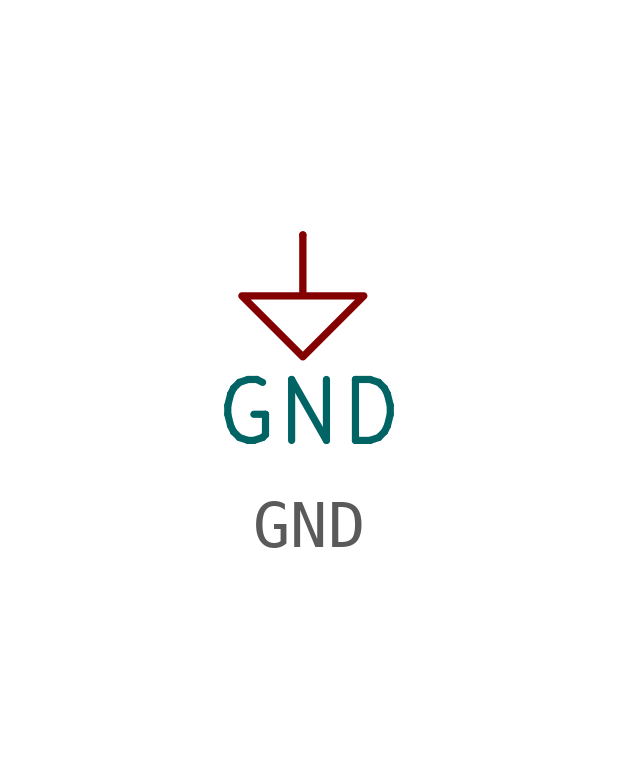
<source format=kicad_sym>
(kicad_symbol_lib
  (version 20220914)
  (generator kicad_symbol_editor)
  (symbol "GND"
    (power)
    (pin_numbers hide)
    (pin_names hide)
    (property "Reference" "#PWR"
      (at 8.89 -2.54 0)
      (effects (font (size 1.27 1.27) (thickness 0.15)) (justify left bottom) hide))
    (property "Value" "GND"
      (at -1.905 -4.445 0)
      (effects (font (size 1.27 1.27) (thickness 0.15)) (justify left bottom)))
    (symbol "GND_1_1"
      (polyline (pts (xy 0 0) (xy 0 -1.27) (xy 1.27 -1.27) (xy 0 -2.54) (xy -1.27 -1.27) (xy 0 -1.27)) (stroke (width 0) (type default)) (fill (type none)))
      (pin power_in line (at 0 0 270) (length 0) (name "GND" (effects (font (size 1.27 1.27)))) (number "1" (effects (font (size 1.27 1.27))))))))
</source>
